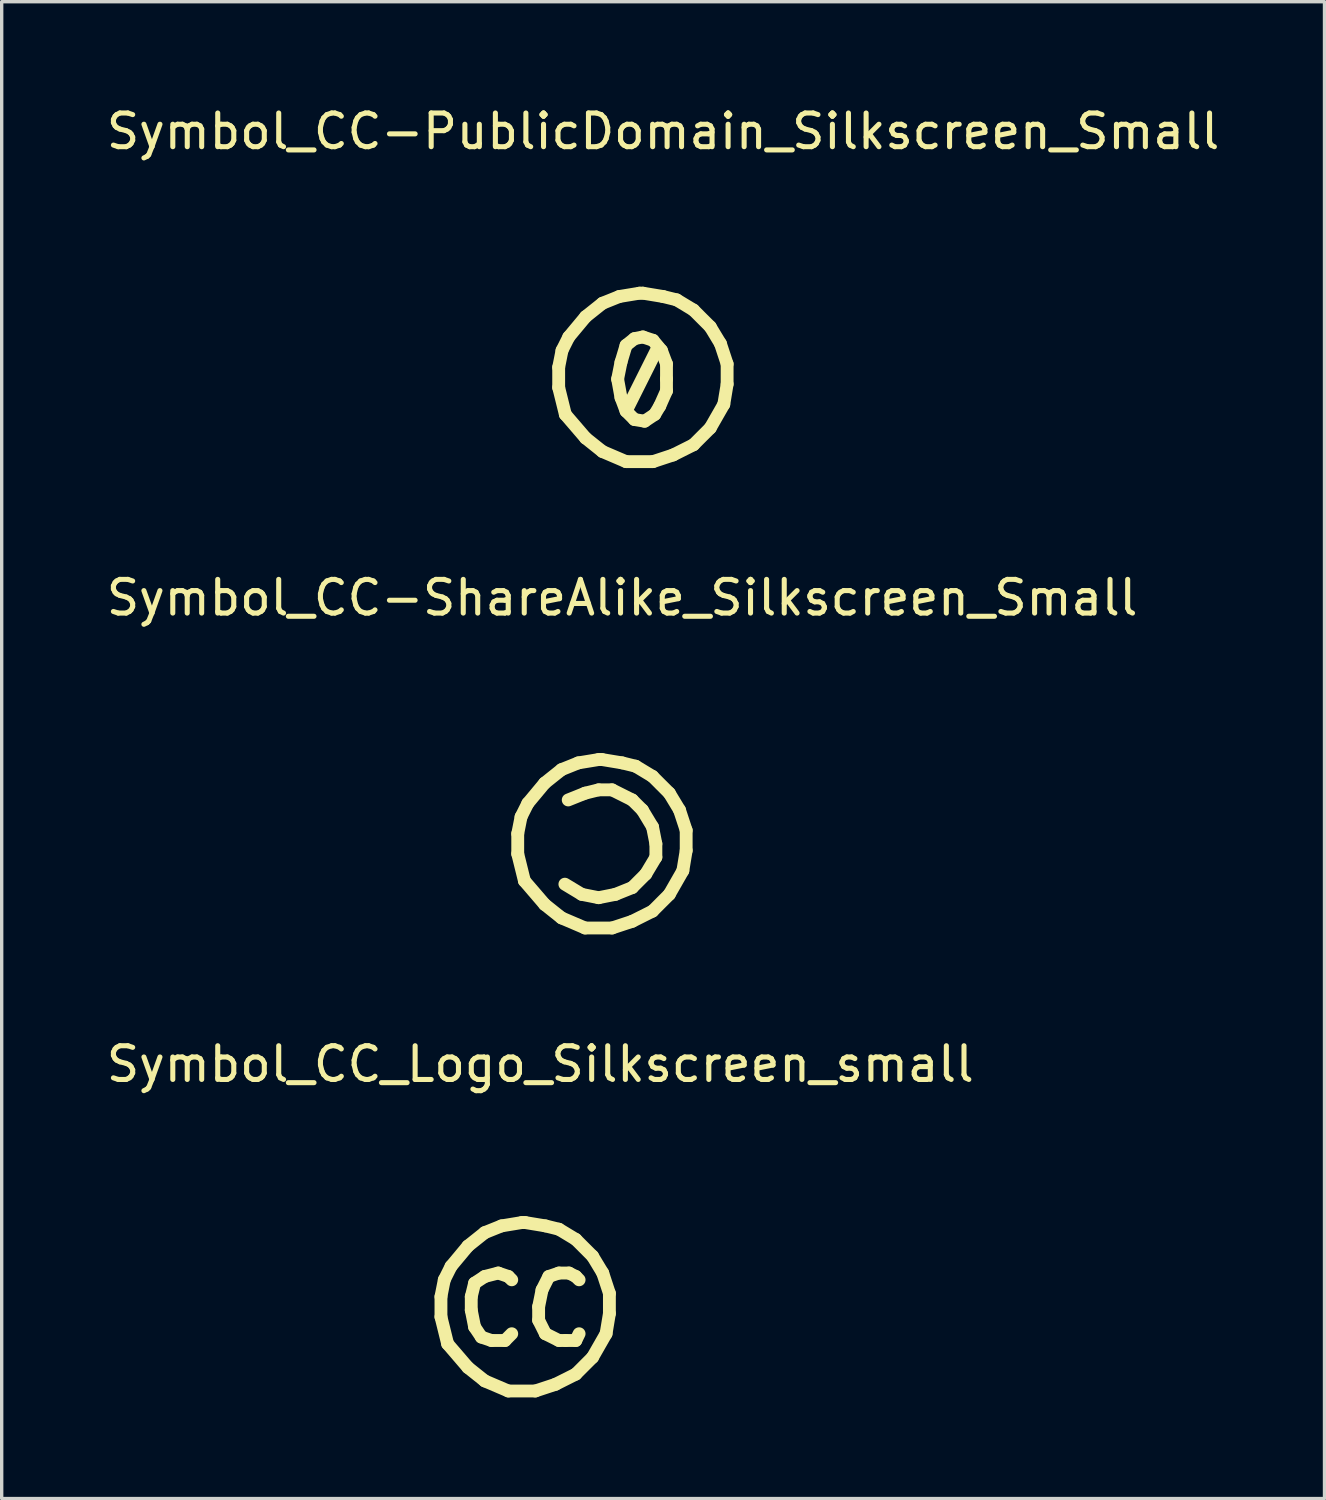
<source format=kicad_pcb>
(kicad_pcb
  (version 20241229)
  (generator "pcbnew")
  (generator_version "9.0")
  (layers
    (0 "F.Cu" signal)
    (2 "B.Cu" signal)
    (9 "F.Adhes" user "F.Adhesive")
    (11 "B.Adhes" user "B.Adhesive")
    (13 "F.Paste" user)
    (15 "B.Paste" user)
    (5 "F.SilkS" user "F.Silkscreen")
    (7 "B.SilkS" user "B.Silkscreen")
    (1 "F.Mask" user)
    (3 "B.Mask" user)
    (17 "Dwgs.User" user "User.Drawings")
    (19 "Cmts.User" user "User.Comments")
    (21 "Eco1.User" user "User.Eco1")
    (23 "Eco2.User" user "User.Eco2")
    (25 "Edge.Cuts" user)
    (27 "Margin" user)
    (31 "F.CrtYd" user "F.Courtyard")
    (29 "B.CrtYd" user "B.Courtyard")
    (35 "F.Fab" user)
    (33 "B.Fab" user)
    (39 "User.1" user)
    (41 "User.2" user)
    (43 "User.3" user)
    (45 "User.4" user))
  (footprint "Symbol_CC-ShareAlike_Silkscreen_Small"
    (layer "F.Cu")
    (at 14.811 21.986)
    (property "Reference" "Symbol_CC-ShareAlike_Silkscreen_Small" (at 0.599 -7.3 0) (layer "F.SilkS") (effects (font (size 1 1) (thickness 0.15))))
    (attr exclude_from_pos_files exclude_from_bom)
    (fp_line (start -2.499 -0.3) (end -2.499 0.3) (stroke (width 0.381) (type solid)) (layer "F.SilkS"))
    (fp_line (start -2.499 0.3) (end -2.301 1.1) (stroke (width 0.381) (type solid)) (layer "F.SilkS"))
    (fp_line (start -2.4 -0.8) (end -2.499 -0.3) (stroke (width 0.381) (type solid)) (layer "F.SilkS"))
    (fp_line (start -2.301 1.1) (end -1.699 1.801) (stroke (width 0.381) (type solid)) (layer "F.SilkS"))
    (fp_line (start -2.2 -1.199) (end -2.4 -0.8) (stroke (width 0.381) (type solid)) (layer "F.SilkS"))
    (fp_line (start -1.699 -1.801) (end -2.2 -1.199) (stroke (width 0.381) (type solid)) (layer "F.SilkS"))
    (fp_line (start -1.699 1.801) (end -1.199 2.2) (stroke (width 0.381) (type solid)) (layer "F.SilkS"))
    (fp_line (start -1.199 -2.2) (end -1.699 -1.801) (stroke (width 0.381) (type solid)) (layer "F.SilkS"))
    (fp_line (start -1.199 2.2) (end -0.5 2.499) (stroke (width 0.381) (type solid)) (layer "F.SilkS"))
    (fp_line (start -1.1 1.199) (end -0.599 1.501) (stroke (width 0.381) (type solid)) (layer "F.SilkS"))
    (fp_line (start -0.701 -2.4) (end -1.199 -2.2) (stroke (width 0.381) (type solid)) (layer "F.SilkS"))
    (fp_line (start -0.599 1.501) (end -0.099 1.6) (stroke (width 0.381) (type solid)) (layer "F.SilkS"))
    (fp_line (start -0.5 -1.501) (end -1.001 -1.3) (stroke (width 0.381) (type solid)) (layer "F.SilkS"))
    (fp_line (start -0.5 2.499) (end 0.3 2.499) (stroke (width 0.381) (type solid)) (layer "F.SilkS"))
    (fp_line (start -0.099 -2.499) (end -0.701 -2.4) (stroke (width 0.381) (type solid)) (layer "F.SilkS"))
    (fp_line (start -0.099 -1.6) (end -0.5 -1.501) (stroke (width 0.381) (type solid)) (layer "F.SilkS"))
    (fp_line (start -0.099 1.6) (end 0.399 1.501) (stroke (width 0.381) (type solid)) (layer "F.SilkS"))
    (fp_line (start 0 -2.499) (end -0.099 -2.499) (stroke (width 0.381) (type solid)) (layer "F.SilkS"))
    (fp_line (start 0.3 -1.6) (end -0.099 -1.6) (stroke (width 0.381) (type solid)) (layer "F.SilkS"))
    (fp_line (start 0.3 2.499) (end 0.899 2.301) (stroke (width 0.381) (type solid)) (layer "F.SilkS"))
    (fp_line (start 0.399 1.501) (end 0.899 1.3) (stroke (width 0.381) (type solid)) (layer "F.SilkS"))
    (fp_line (start 0.599 -2.4) (end 0 -2.499) (stroke (width 0.381) (type solid)) (layer "F.SilkS"))
    (fp_line (start 0.899 -1.3) (end 0.3 -1.6) (stroke (width 0.381) (type solid)) (layer "F.SilkS"))
    (fp_line (start 0.899 1.3) (end 1.3 0.899) (stroke (width 0.381) (type solid)) (layer "F.SilkS"))
    (fp_line (start 0.899 2.301) (end 1.501 1.999) (stroke (width 0.381) (type solid)) (layer "F.SilkS"))
    (fp_line (start 1.001 -2.301) (end 0.599 -2.4) (stroke (width 0.381) (type solid)) (layer "F.SilkS"))
    (fp_line (start 1.199 -1.001) (end 0.899 -1.3) (stroke (width 0.381) (type solid)) (layer "F.SilkS"))
    (fp_line (start 1.3 0.899) (end 1.6 0.399) (stroke (width 0.381) (type solid)) (layer "F.SilkS"))
    (fp_line (start 1.501 -1.999) (end 1.001 -2.301) (stroke (width 0.381) (type solid)) (layer "F.SilkS"))
    (fp_line (start 1.501 -0.5) (end 1.199 -1.001) (stroke (width 0.381) (type solid)) (layer "F.SilkS"))
    (fp_line (start 1.501 1.999) (end 1.999 1.501) (stroke (width 0.381) (type solid)) (layer "F.SilkS"))
    (fp_line (start 1.6 0) (end 1.501 -0.5) (stroke (width 0.381) (type solid)) (layer "F.SilkS"))
    (fp_line (start 1.6 0.399) (end 1.6 0) (stroke (width 0.381) (type solid)) (layer "F.SilkS"))
    (fp_line (start 1.999 -1.501) (end 1.501 -1.999) (stroke (width 0.381) (type solid)) (layer "F.SilkS"))
    (fp_line (start 1.999 1.501) (end 2.4 0.8) (stroke (width 0.381) (type solid)) (layer "F.SilkS"))
    (fp_line (start 2.301 -1.001) (end 1.999 -1.501) (stroke (width 0.381) (type solid)) (layer "F.SilkS"))
    (fp_line (start 2.4 0.8) (end 2.499 0.201) (stroke (width 0.381) (type solid)) (layer "F.SilkS"))
    (fp_line (start 2.499 -0.399) (end 2.301 -1.001) (stroke (width 0.381) (type solid)) (layer "F.SilkS"))
    (fp_line (start 2.499 0.201) (end 2.499 -0.399) (stroke (width 0.381) (type solid)) (layer "F.SilkS")))
  (footprint "Symbol_CC_Logo_Silkscreen_small"
    (layer "F.Cu")
    (at 12.383 35.824)
    (property "Reference" "Symbol_CC_Logo_Silkscreen_small" (at 0.599 -7.3 0) (layer "F.SilkS") (effects (font (size 1 1) (thickness 0.15))))
    (attr exclude_from_pos_files exclude_from_bom)
    (fp_line (start -2.349 -0.4) (end -2.349 0.2) (stroke (width 0.381) (type solid)) (layer "F.SilkS"))
    (fp_line (start -2.349 0.2) (end -2.151 1) (stroke (width 0.381) (type solid)) (layer "F.SilkS"))
    (fp_line (start -2.25 -0.9) (end -2.349 -0.4) (stroke (width 0.381) (type solid)) (layer "F.SilkS"))
    (fp_line (start -2.151 1) (end -1.549 1.701) (stroke (width 0.381) (type solid)) (layer "F.SilkS"))
    (fp_line (start -2.05 -1.299) (end -2.25 -0.9) (stroke (width 0.381) (type solid)) (layer "F.SilkS"))
    (fp_line (start -1.549 -1.901) (end -2.05 -1.299) (stroke (width 0.381) (type solid)) (layer "F.SilkS"))
    (fp_line (start -1.549 1.701) (end -1.049 2.1) (stroke (width 0.381) (type solid)) (layer "F.SilkS"))
    (fp_line (start -1.45 -0.4) (end -1.45 -0.001) (stroke (width 0.381) (type solid)) (layer "F.SilkS"))
    (fp_line (start -1.45 -0.001) (end -1.351 0.499) (stroke (width 0.381) (type solid)) (layer "F.SilkS"))
    (fp_line (start -1.351 -0.801) (end -1.45 -0.4) (stroke (width 0.381) (type solid)) (layer "F.SilkS"))
    (fp_line (start -1.351 0.499) (end -1.15 0.799) (stroke (width 0.381) (type solid)) (layer "F.SilkS"))
    (fp_line (start -1.15 0.799) (end -0.851 0.901) (stroke (width 0.381) (type solid)) (layer "F.SilkS"))
    (fp_line (start -1.049 -2.3) (end -1.549 -1.901) (stroke (width 0.381) (type solid)) (layer "F.SilkS"))
    (fp_line (start -1.049 -0.999) (end -1.351 -0.801) (stroke (width 0.381) (type solid)) (layer "F.SilkS"))
    (fp_line (start -1.049 2.1) (end -0.35 2.399) (stroke (width 0.381) (type solid)) (layer "F.SilkS"))
    (fp_line (start -0.851 0.901) (end -0.449 0.901) (stroke (width 0.381) (type solid)) (layer "F.SilkS"))
    (fp_line (start -0.65 -1.101) (end -1.049 -0.999) (stroke (width 0.381) (type solid)) (layer "F.SilkS"))
    (fp_line (start -0.551 -2.5) (end -1.049 -2.3) (stroke (width 0.381) (type solid)) (layer "F.SilkS"))
    (fp_line (start -0.449 0.901) (end -0.249 0.7) (stroke (width 0.381) (type solid)) (layer "F.SilkS"))
    (fp_line (start -0.35 -0.999) (end -0.65 -1.101) (stroke (width 0.381) (type solid)) (layer "F.SilkS"))
    (fp_line (start -0.35 2.399) (end 0.45 2.399) (stroke (width 0.381) (type solid)) (layer "F.SilkS"))
    (fp_line (start -0.249 -0.9) (end -0.35 -0.999) (stroke (width 0.381) (type solid)) (layer "F.SilkS"))
    (fp_line (start 0.051 -2.599) (end -0.551 -2.5) (stroke (width 0.381) (type solid)) (layer "F.SilkS"))
    (fp_line (start 0.15 -2.599) (end 0.051 -2.599) (stroke (width 0.381) (type solid)) (layer "F.SilkS"))
    (fp_line (start 0.45 2.399) (end 1.049 2.201) (stroke (width 0.381) (type solid)) (layer "F.SilkS"))
    (fp_line (start 0.549 -0.1) (end 0.549 0.299) (stroke (width 0.381) (type solid)) (layer "F.SilkS"))
    (fp_line (start 0.549 0.299) (end 0.749 0.7) (stroke (width 0.381) (type solid)) (layer "F.SilkS"))
    (fp_line (start 0.65 -0.6) (end 0.549 -0.1) (stroke (width 0.381) (type solid)) (layer "F.SilkS"))
    (fp_line (start 0.749 -2.5) (end 0.15 -2.599) (stroke (width 0.381) (type solid)) (layer "F.SilkS"))
    (fp_line (start 0.749 0.7) (end 1.151 0.901) (stroke (width 0.381) (type solid)) (layer "F.SilkS"))
    (fp_line (start 0.851 -0.999) (end 0.65 -0.6) (stroke (width 0.381) (type solid)) (layer "F.SilkS"))
    (fp_line (start 1.049 2.201) (end 1.651 1.899) (stroke (width 0.381) (type solid)) (layer "F.SilkS"))
    (fp_line (start 1.151 -2.401) (end 0.749 -2.5) (stroke (width 0.381) (type solid)) (layer "F.SilkS"))
    (fp_line (start 1.151 -1.101) (end 0.851 -0.999) (stroke (width 0.381) (type solid)) (layer "F.SilkS"))
    (fp_line (start 1.151 0.901) (end 1.349 0.901) (stroke (width 0.381) (type solid)) (layer "F.SilkS"))
    (fp_line (start 1.349 0.901) (end 1.651 0.901) (stroke (width 0.381) (type solid)) (layer "F.SilkS"))
    (fp_line (start 1.45 -1.101) (end 1.151 -1.101) (stroke (width 0.381) (type solid)) (layer "F.SilkS"))
    (fp_line (start 1.651 -2.099) (end 1.151 -2.401) (stroke (width 0.381) (type solid)) (layer "F.SilkS"))
    (fp_line (start 1.651 -0.999) (end 1.45 -1.101) (stroke (width 0.381) (type solid)) (layer "F.SilkS"))
    (fp_line (start 1.651 0.901) (end 1.75 0.7) (stroke (width 0.381) (type solid)) (layer "F.SilkS"))
    (fp_line (start 1.651 1.899) (end 2.149 1.401) (stroke (width 0.381) (type solid)) (layer "F.SilkS"))
    (fp_line (start 1.75 -0.9) (end 1.651 -0.999) (stroke (width 0.381) (type solid)) (layer "F.SilkS"))
    (fp_line (start 2.149 -1.601) (end 1.651 -2.099) (stroke (width 0.381) (type solid)) (layer "F.SilkS"))
    (fp_line (start 2.149 1.401) (end 2.55 0.7) (stroke (width 0.381) (type solid)) (layer "F.SilkS"))
    (fp_line (start 2.451 -1.101) (end 2.149 -1.601) (stroke (width 0.381) (type solid)) (layer "F.SilkS"))
    (fp_line (start 2.55 0.7) (end 2.649 0.101) (stroke (width 0.381) (type solid)) (layer "F.SilkS"))
    (fp_line (start 2.649 -0.499) (end 2.451 -1.101) (stroke (width 0.381) (type solid)) (layer "F.SilkS"))
    (fp_line (start 2.649 0.101) (end 2.649 -0.499) (stroke (width 0.381) (type solid)) (layer "F.SilkS")))
  (footprint "Symbol_CC-PublicDomain_Silkscreen_Small"
    (layer "F.Cu")
    (at 16.026 8.148)
    (property "Reference" "Symbol_CC-PublicDomain_Silkscreen_Small" (at 0.599 -7.3 0) (layer "F.SilkS") (effects (font (size 1 1) (thickness 0.15))))
    (attr exclude_from_pos_files exclude_from_bom)
    (fp_line (start -2.499 -0.3) (end -2.499 0.3) (stroke (width 0.381) (type solid)) (layer "F.SilkS"))
    (fp_line (start -2.499 0.3) (end -2.301 1.1) (stroke (width 0.381) (type solid)) (layer "F.SilkS"))
    (fp_line (start -2.4 -0.8) (end -2.499 -0.3) (stroke (width 0.381) (type solid)) (layer "F.SilkS"))
    (fp_line (start -2.301 1.1) (end -1.699 1.801) (stroke (width 0.381) (type solid)) (layer "F.SilkS"))
    (fp_line (start -2.2 -1.199) (end -2.4 -0.8) (stroke (width 0.381) (type solid)) (layer "F.SilkS"))
    (fp_line (start -1.699 -1.801) (end -2.2 -1.199) (stroke (width 0.381) (type solid)) (layer "F.SilkS"))
    (fp_line (start -1.699 1.801) (end -1.199 2.2) (stroke (width 0.381) (type solid)) (layer "F.SilkS"))
    (fp_line (start -1.199 -2.2) (end -1.699 -1.801) (stroke (width 0.381) (type solid)) (layer "F.SilkS"))
    (fp_line (start -1.199 2.2) (end -0.5 2.499) (stroke (width 0.381) (type solid)) (layer "F.SilkS"))
    (fp_line (start -0.75 0.05) (end -0.65 -0.45) (stroke (width 0.381) (type solid)) (layer "F.SilkS"))
    (fp_line (start -0.701 -2.4) (end -1.199 -2.2) (stroke (width 0.381) (type solid)) (layer "F.SilkS"))
    (fp_line (start -0.65 -0.45) (end -0.5 -0.95) (stroke (width 0.381) (type solid)) (layer "F.SilkS"))
    (fp_line (start -0.65 0.6) (end -0.75 0.05) (stroke (width 0.381) (type solid)) (layer "F.SilkS"))
    (fp_line (start -0.5 2.499) (end 0.3 2.499) (stroke (width 0.381) (type solid)) (layer "F.SilkS"))
    (fp_line (start -0.5 -0.95) (end -0.25 -1.15) (stroke (width 0.381) (type solid)) (layer "F.SilkS"))
    (fp_line (start -0.5 1) (end -0.65 0.6) (stroke (width 0.381) (type solid)) (layer "F.SilkS"))
    (fp_line (start -0.25 -1.15) (end 0 -1.2) (stroke (width 0.381) (type solid)) (layer "F.SilkS"))
    (fp_line (start -0.25 1.25) (end -0.5 1) (stroke (width 0.381) (type solid)) (layer "F.SilkS"))
    (fp_line (start -0.099 -2.499) (end -0.701 -2.4) (stroke (width 0.381) (type solid)) (layer "F.SilkS"))
    (fp_line (start 0 -2.499) (end -0.099 -2.499) (stroke (width 0.381) (type solid)) (layer "F.SilkS"))
    (fp_line (start 0 -1.2) (end 0.3 -1.1) (stroke (width 0.381) (type solid)) (layer "F.SilkS"))
    (fp_line (start 0.05 1.3) (end -0.25 1.25) (stroke (width 0.381) (type solid)) (layer "F.SilkS"))
    (fp_line (start 0.3 2.499) (end 0.899 2.301) (stroke (width 0.381) (type solid)) (layer "F.SilkS"))
    (fp_line (start 0.3 -1.1) (end 0.55 -0.8) (stroke (width 0.381) (type solid)) (layer "F.SilkS"))
    (fp_line (start 0.35 1.1) (end 0.05 1.3) (stroke (width 0.381) (type solid)) (layer "F.SilkS"))
    (fp_line (start 0.45 -0.9) (end -0.45 0.9) (stroke (width 0.381) (type solid)) (layer "F.SilkS"))
    (fp_line (start 0.5 0.85) (end 0.35 1.1) (stroke (width 0.381) (type solid)) (layer "F.SilkS"))
    (fp_line (start 0.55 -0.8) (end 0.7 -0.4) (stroke (width 0.381) (type solid)) (layer "F.SilkS"))
    (fp_line (start 0.599 -2.4) (end 0 -2.499) (stroke (width 0.381) (type solid)) (layer "F.SilkS"))
    (fp_line (start 0.7 -0.4) (end 0.7 0.05) (stroke (width 0.381) (type solid)) (layer "F.SilkS"))
    (fp_line (start 0.7 0.05) (end 0.7 0.4) (stroke (width 0.381) (type solid)) (layer "F.SilkS"))
    (fp_line (start 0.7 0.4) (end 0.5 0.85) (stroke (width 0.381) (type solid)) (layer "F.SilkS"))
    (fp_line (start 0.899 2.301) (end 1.501 1.999) (stroke (width 0.381) (type solid)) (layer "F.SilkS"))
    (fp_line (start 1.001 -2.301) (end 0.599 -2.4) (stroke (width 0.381) (type solid)) (layer "F.SilkS"))
    (fp_line (start 1.501 -1.999) (end 1.001 -2.301) (stroke (width 0.381) (type solid)) (layer "F.SilkS"))
    (fp_line (start 1.501 1.999) (end 1.999 1.501) (stroke (width 0.381) (type solid)) (layer "F.SilkS"))
    (fp_line (start 1.999 -1.501) (end 1.501 -1.999) (stroke (width 0.381) (type solid)) (layer "F.SilkS"))
    (fp_line (start 1.999 1.501) (end 2.4 0.8) (stroke (width 0.381) (type solid)) (layer "F.SilkS"))
    (fp_line (start 2.301 -1.001) (end 1.999 -1.501) (stroke (width 0.381) (type solid)) (layer "F.SilkS"))
    (fp_line (start 2.4 0.8) (end 2.499 0.201) (stroke (width 0.381) (type solid)) (layer "F.SilkS"))
    (fp_line (start 2.499 -0.399) (end 2.301 -1.001) (stroke (width 0.381) (type solid)) (layer "F.SilkS"))
    (fp_line (start 2.499 0.201) (end 2.499 -0.399) (stroke (width 0.381) (type solid)) (layer "F.SilkS")))
  (gr_rect
    (start -3 -3)
    (end 36.25 41.414)
    (stroke (width 0.1) (type default))
    (fill no)
    (layer "Edge.Cuts")))
</source>
